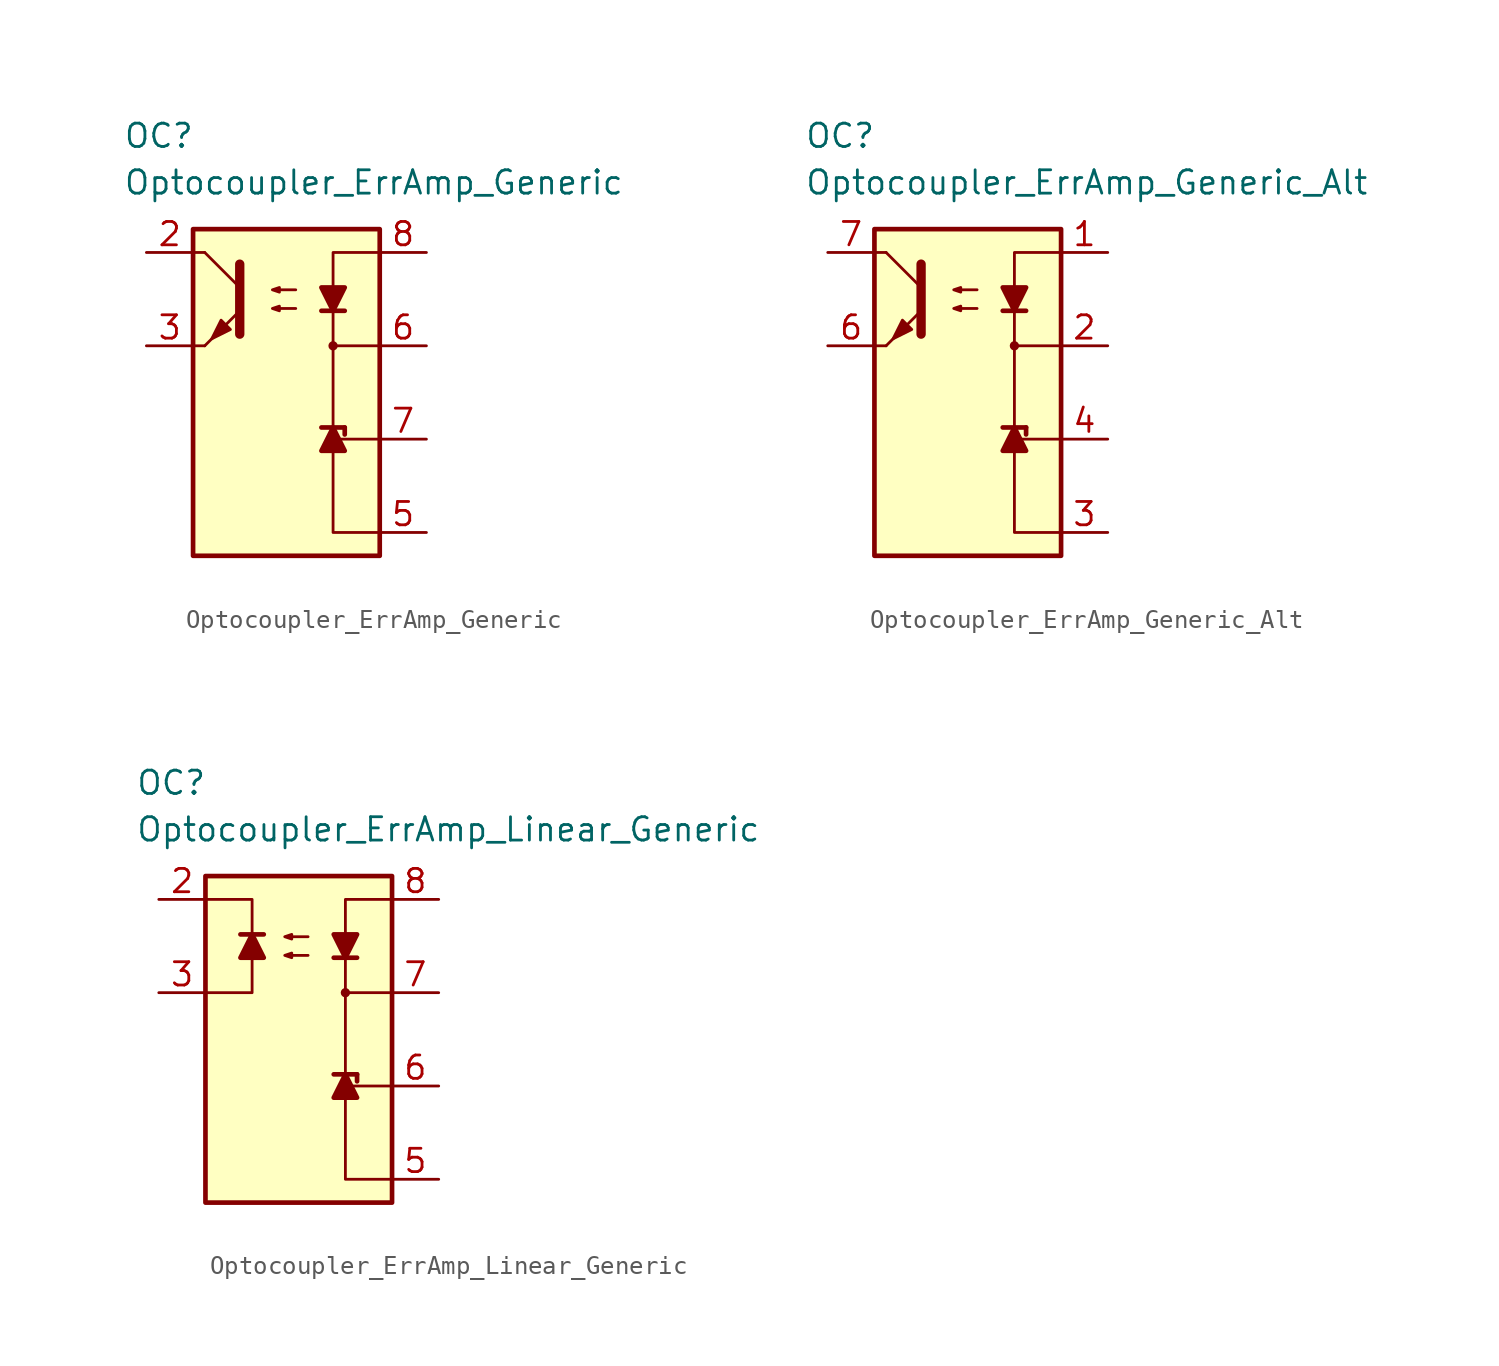
<source format=kicad_sym>
(kicad_symbol_lib
  (version 20211014)
  (generator kicad_symbol_editor)
  (symbol "Optocoupler_Misc_AKL:Optocoupler_ErrAmp_Generic"
    (pin_names
      (offset 1.016))
    (property "Reference" "OC"
      (at -8.89 11.43 0)
      (effects (font (size 1.27 1.27)) (justify left)))
    (property "Value" "Optocoupler_ErrAmp_Generic"
      (at -8.89 8.89 0)
      (effects (font (size 1.27 1.27)) (justify left)))
    (symbol "Optocoupler_ErrAmp_Generic_0_0"
      (rectangle (start -5.08 6.35) (end 5.08 -11.43) (stroke (width 0.254) (type default) (color 0 0 0 0)) (fill (type background)))
      (polyline (pts (xy 2.54 -5.588) (xy 2.54 0)) (stroke (width 0) (type default) (color 0 0 0 0)) (fill (type none)))
      (polyline (pts (xy 3.175 -4.445) (xy 3.175 -4.826)) (stroke (width 0.254) (type default) (color 0 0 0 0)) (fill (type none)))
      (polyline (pts (xy 5.08 -5.08) (xy 2.54 -5.08)) (stroke (width 0) (type default) (color 0 0 0 0)) (fill (type none)))
      (polyline (pts (xy 5.08 -10.16) (xy 2.54 -10.16) (xy 2.54 -5.08)) (stroke (width 0) (type default) (color 0 0 0 0)) (fill (type none)))
      (circle (center 2.54 0) (radius 0.178) (stroke (width 0)) (stroke (width 0) (type default) (color 0 0 0 0)) (fill (type outline))))
    (symbol "Optocoupler_ErrAmp_Generic_0_1"
      (polyline (pts (xy -4.445 0) (xy -5.08 0)) (stroke (width 0) (type default) (color 0 0 0 0)) (fill (type none)))
      (polyline (pts (xy -4.445 0) (xy -2.54 1.905)) (stroke (width 0) (type default) (color 0 0 0 0)) (fill (type outline)))
      (polyline (pts (xy -4.445 5.08) (xy -5.08 5.08)) (stroke (width 0) (type default) (color 0 0 0 0)) (fill (type none)))
      (polyline (pts (xy -2.54 3.175) (xy -4.445 5.08)) (stroke (width 0) (type default) (color 0 0 0 0)) (fill (type none)))
      (polyline (pts (xy 3.175 1.905) (xy 1.905 1.905)) (stroke (width 0.254) (type default) (color 0 0 0 0)) (fill (type none)))
      (polyline (pts (xy -2.54 4.445) (xy -2.54 0.635) (xy -2.54 0.635)) (stroke (width 0.508) (type default) (color 0 0 0 0)) (fill (type none)))
      (polyline (pts (xy 2.54 1.905) (xy 2.54 0) (xy 5.08 0)) (stroke (width 0) (type default) (color 0 0 0 0)) (fill (type none)))
      (polyline (pts (xy 5.08 5.08) (xy 2.54 5.08) (xy 2.54 1.905)) (stroke (width 0) (type default) (color 0 0 0 0)) (fill (type none)))
      (polyline (pts (xy 2.54 1.905) (xy 3.175 3.175) (xy 1.905 3.175) (xy 2.54 1.905)) (stroke (width 0.254) (type default) (color 0 0 0 0)) (fill (type outline)))
      (polyline (pts (xy -3.048 0.889) (xy -3.556 1.397) (xy -4.064 0.381) (xy -3.048 0.889) (xy -3.048 0.889)) (stroke (width 0) (type default) (color 0 0 0 0)) (fill (type outline)))
      (polyline (pts (xy 0.508 2.032) (xy -0.762 2.032) (xy -0.381 1.905) (xy -0.381 2.159) (xy -0.762 2.032)) (stroke (width 0) (type default) (color 0 0 0 0)) (fill (type none)))
      (polyline (pts (xy 0.508 3.048) (xy -0.762 3.048) (xy -0.381 2.921) (xy -0.381 3.175) (xy -0.762 3.048)) (stroke (width 0) (type default) (color 0 0 0 0)) (fill (type none))))
    (symbol "Optocoupler_ErrAmp_Generic_1_1"
      (polyline (pts (xy 1.905 -4.445) (xy 3.175 -4.445)) (stroke (width 0.254) (type default) (color 0 0 0 0)) (fill (type none)))
      (polyline (pts (xy 2.54 -4.445) (xy 1.905 -5.715) (xy 3.175 -5.715) (xy 2.54 -4.445)) (stroke (width 0.254) (type default) (color 0 0 0 0)) (fill (type outline)))
      (pin passive line (at -7.62 5.08 0) (length 2.54) (name "~" (effects (font (size 1.27 1.27)))) (number "2" (effects (font (size 1.27 1.27)))))
      (pin passive line (at -7.62 0 0) (length 2.54) (name "~" (effects (font (size 1.27 1.27)))) (number "3" (effects (font (size 1.27 1.27)))))
      (pin passive line (at 7.62 -10.16 180) (length 2.54) (name "~" (effects (font (size 1.27 1.27)))) (number "5" (effects (font (size 1.27 1.27)))))
      (pin passive line (at 7.62 0 180) (length 2.54) (name "~" (effects (font (size 1.27 1.27)))) (number "6" (effects (font (size 1.27 1.27)))))
      (pin passive line (at 7.62 -5.08 180) (length 2.54) (name "~" (effects (font (size 1.27 1.27)))) (number "7" (effects (font (size 1.27 1.27)))))
      (pin passive line (at 7.62 5.08 180) (length 2.54) (name "~" (effects (font (size 1.27 1.27)))) (number "8" (effects (font (size 1.27 1.27)))))))
  (symbol "Optocoupler_Misc_AKL:Optocoupler_ErrAmp_Generic_Alt"
    (pin_names
      (offset 1.016))
    (property "Reference" "OC"
      (at -8.89 11.43 0)
      (effects (font (size 1.27 1.27)) (justify left)))
    (property "Value" "Optocoupler_ErrAmp_Generic_Alt"
      (at -8.89 8.89 0)
      (effects (font (size 1.27 1.27)) (justify left)))
    (symbol "Optocoupler_ErrAmp_Generic_Alt_0_0"
      (rectangle (start -5.08 6.35) (end 5.08 -11.43) (stroke (width 0.254) (type default) (color 0 0 0 0)) (fill (type background)))
      (polyline (pts (xy 2.54 -5.588) (xy 2.54 0)) (stroke (width 0) (type default) (color 0 0 0 0)) (fill (type none)))
      (polyline (pts (xy 3.175 -4.445) (xy 3.175 -4.826)) (stroke (width 0.254) (type default) (color 0 0 0 0)) (fill (type none)))
      (polyline (pts (xy 5.08 -5.08) (xy 2.54 -5.08)) (stroke (width 0) (type default) (color 0 0 0 0)) (fill (type none)))
      (polyline (pts (xy 5.08 -10.16) (xy 2.54 -10.16) (xy 2.54 -5.08)) (stroke (width 0) (type default) (color 0 0 0 0)) (fill (type none)))
      (circle (center 2.54 0) (radius 0.178) (stroke (width 0)) (stroke (width 0) (type default) (color 0 0 0 0)) (fill (type outline))))
    (symbol "Optocoupler_ErrAmp_Generic_Alt_0_1"
      (polyline (pts (xy -4.445 0) (xy -5.08 0)) (stroke (width 0) (type default) (color 0 0 0 0)) (fill (type none)))
      (polyline (pts (xy -4.445 0) (xy -2.54 1.905)) (stroke (width 0) (type default) (color 0 0 0 0)) (fill (type outline)))
      (polyline (pts (xy -4.445 5.08) (xy -5.08 5.08)) (stroke (width 0) (type default) (color 0 0 0 0)) (fill (type none)))
      (polyline (pts (xy -2.54 3.175) (xy -4.445 5.08)) (stroke (width 0) (type default) (color 0 0 0 0)) (fill (type none)))
      (polyline (pts (xy 3.175 1.905) (xy 1.905 1.905)) (stroke (width 0.254) (type default) (color 0 0 0 0)) (fill (type none)))
      (polyline (pts (xy -2.54 4.445) (xy -2.54 0.635) (xy -2.54 0.635)) (stroke (width 0.508) (type default) (color 0 0 0 0)) (fill (type none)))
      (polyline (pts (xy 2.54 1.905) (xy 2.54 0) (xy 5.08 0)) (stroke (width 0) (type default) (color 0 0 0 0)) (fill (type none)))
      (polyline (pts (xy 5.08 5.08) (xy 2.54 5.08) (xy 2.54 1.905)) (stroke (width 0) (type default) (color 0 0 0 0)) (fill (type none)))
      (polyline (pts (xy 2.54 1.905) (xy 3.175 3.175) (xy 1.905 3.175) (xy 2.54 1.905)) (stroke (width 0.254) (type default) (color 0 0 0 0)) (fill (type outline)))
      (polyline (pts (xy -3.048 0.889) (xy -3.556 1.397) (xy -4.064 0.381) (xy -3.048 0.889) (xy -3.048 0.889)) (stroke (width 0) (type default) (color 0 0 0 0)) (fill (type outline)))
      (polyline (pts (xy 0.508 2.032) (xy -0.762 2.032) (xy -0.381 1.905) (xy -0.381 2.159) (xy -0.762 2.032)) (stroke (width 0) (type default) (color 0 0 0 0)) (fill (type none)))
      (polyline (pts (xy 0.508 3.048) (xy -0.762 3.048) (xy -0.381 2.921) (xy -0.381 3.175) (xy -0.762 3.048)) (stroke (width 0) (type default) (color 0 0 0 0)) (fill (type none))))
    (symbol "Optocoupler_ErrAmp_Generic_Alt_1_1"
      (polyline (pts (xy 1.905 -4.445) (xy 3.175 -4.445)) (stroke (width 0.254) (type default) (color 0 0 0 0)) (fill (type none)))
      (polyline (pts (xy 2.54 -4.445) (xy 1.905 -5.715) (xy 3.175 -5.715) (xy 2.54 -4.445)) (stroke (width 0.254) (type default) (color 0 0 0 0)) (fill (type outline)))
      (pin passive line (at 7.62 5.08 180) (length 2.54) (name "~" (effects (font (size 1.27 1.27)))) (number "1" (effects (font (size 1.27 1.27)))))
      (pin passive line (at 7.62 0 180) (length 2.54) (name "~" (effects (font (size 1.27 1.27)))) (number "2" (effects (font (size 1.27 1.27)))))
      (pin passive line (at 7.62 -10.16 180) (length 2.54) (name "~" (effects (font (size 1.27 1.27)))) (number "3" (effects (font (size 1.27 1.27)))))
      (pin passive line (at 7.62 -5.08 180) (length 2.54) (name "~" (effects (font (size 1.27 1.27)))) (number "4" (effects (font (size 1.27 1.27)))))
      (pin passive line (at -7.62 0 0) (length 2.54) (name "~" (effects (font (size 1.27 1.27)))) (number "6" (effects (font (size 1.27 1.27)))))
      (pin passive line (at -7.62 5.08 0) (length 2.54) (name "~" (effects (font (size 1.27 1.27)))) (number "7" (effects (font (size 1.27 1.27)))))))
  (symbol "Optocoupler_Misc_AKL:Optocoupler_ErrAmp_Linear_Generic"
    (pin_names
      (offset 1.016))
    (property "Reference" "OC"
      (at -8.89 11.43 0)
      (effects (font (size 1.27 1.27)) (justify left)))
    (property "Value" "Optocoupler_ErrAmp_Linear_Generic"
      (at -8.89 8.89 0)
      (effects (font (size 1.27 1.27)) (justify left)))
    (symbol "Optocoupler_ErrAmp_Linear_Generic_0_0"
      (rectangle (start -5.08 6.35) (end 5.08 -11.43) (stroke (width 0.254) (type default) (color 0 0 0 0)) (fill (type background)))
      (polyline (pts (xy 2.54 -5.588) (xy 2.54 0)) (stroke (width 0) (type default) (color 0 0 0 0)) (fill (type none)))
      (polyline (pts (xy 3.175 -4.445) (xy 3.175 -4.826)) (stroke (width 0.254) (type default) (color 0 0 0 0)) (fill (type none)))
      (polyline (pts (xy 5.08 -5.08) (xy 2.54 -5.08)) (stroke (width 0) (type default) (color 0 0 0 0)) (fill (type none)))
      (polyline (pts (xy 5.08 -10.16) (xy 2.54 -10.16) (xy 2.54 -5.08)) (stroke (width 0) (type default) (color 0 0 0 0)) (fill (type none)))
      (circle (center 2.54 0) (radius 0.178) (stroke (width 0)) (stroke (width 0) (type default) (color 0 0 0 0)) (fill (type outline))))
    (symbol "Optocoupler_ErrAmp_Linear_Generic_0_1"
      (polyline (pts (xy 3.175 1.905) (xy 1.905 1.905)) (stroke (width 0.254) (type default) (color 0 0 0 0)) (fill (type none)))
      (polyline (pts (xy 2.54 1.905) (xy 2.54 0) (xy 5.08 0)) (stroke (width 0) (type default) (color 0 0 0 0)) (fill (type none)))
      (polyline (pts (xy 5.08 5.08) (xy 2.54 5.08) (xy 2.54 1.905)) (stroke (width 0) (type default) (color 0 0 0 0)) (fill (type none)))
      (polyline (pts (xy 2.54 1.905) (xy 3.175 3.175) (xy 1.905 3.175) (xy 2.54 1.905)) (stroke (width 0.254) (type default) (color 0 0 0 0)) (fill (type outline)))
      (polyline (pts (xy 0.508 2.032) (xy -0.762 2.032) (xy -0.381 1.905) (xy -0.381 2.159) (xy -0.762 2.032)) (stroke (width 0) (type default) (color 0 0 0 0)) (fill (type none)))
      (polyline (pts (xy 0.508 3.048) (xy -0.762 3.048) (xy -0.381 2.921) (xy -0.381 3.175) (xy -0.762 3.048)) (stroke (width 0) (type default) (color 0 0 0 0)) (fill (type none))))
    (symbol "Optocoupler_ErrAmp_Linear_Generic_1_1"
      (polyline (pts (xy -3.175 3.175) (xy -1.905 3.175)) (stroke (width 0.254) (type default) (color 0 0 0 0)) (fill (type none)))
      (polyline (pts (xy 1.905 -4.445) (xy 3.175 -4.445)) (stroke (width 0.254) (type default) (color 0 0 0 0)) (fill (type none)))
      (polyline (pts (xy -5.08 0) (xy -2.54 0) (xy -2.54 3.175)) (stroke (width 0) (type default) (color 0 0 0 0)) (fill (type none)))
      (polyline (pts (xy -2.54 3.175) (xy -2.54 5.08) (xy -5.08 5.08)) (stroke (width 0) (type default) (color 0 0 0 0)) (fill (type none)))
      (polyline (pts (xy -2.54 3.175) (xy -3.175 1.905) (xy -1.905 1.905) (xy -2.54 3.175)) (stroke (width 0.254) (type default) (color 0 0 0 0)) (fill (type outline)))
      (polyline (pts (xy 2.54 -4.445) (xy 1.905 -5.715) (xy 3.175 -5.715) (xy 2.54 -4.445)) (stroke (width 0.254) (type default) (color 0 0 0 0)) (fill (type outline)))
      (pin passive line (at -7.62 5.08 0) (length 2.54) (name "~" (effects (font (size 1.27 1.27)))) (number "2" (effects (font (size 1.27 1.27)))))
      (pin passive line (at -7.62 0 0) (length 2.54) (name "~" (effects (font (size 1.27 1.27)))) (number "3" (effects (font (size 1.27 1.27)))))
      (pin passive line (at 7.62 -10.16 180) (length 2.54) (name "~" (effects (font (size 1.27 1.27)))) (number "5" (effects (font (size 1.27 1.27)))))
      (pin passive line (at 7.62 -5.08 180) (length 2.54) (name "~" (effects (font (size 1.27 1.27)))) (number "6" (effects (font (size 1.27 1.27)))))
      (pin passive line (at 7.62 0 180) (length 2.54) (name "~" (effects (font (size 1.27 1.27)))) (number "7" (effects (font (size 1.27 1.27)))))
      (pin passive line (at 7.62 5.08 180) (length 2.54) (name "~" (effects (font (size 1.27 1.27)))) (number "8" (effects (font (size 1.27 1.27))))))))
</source>
